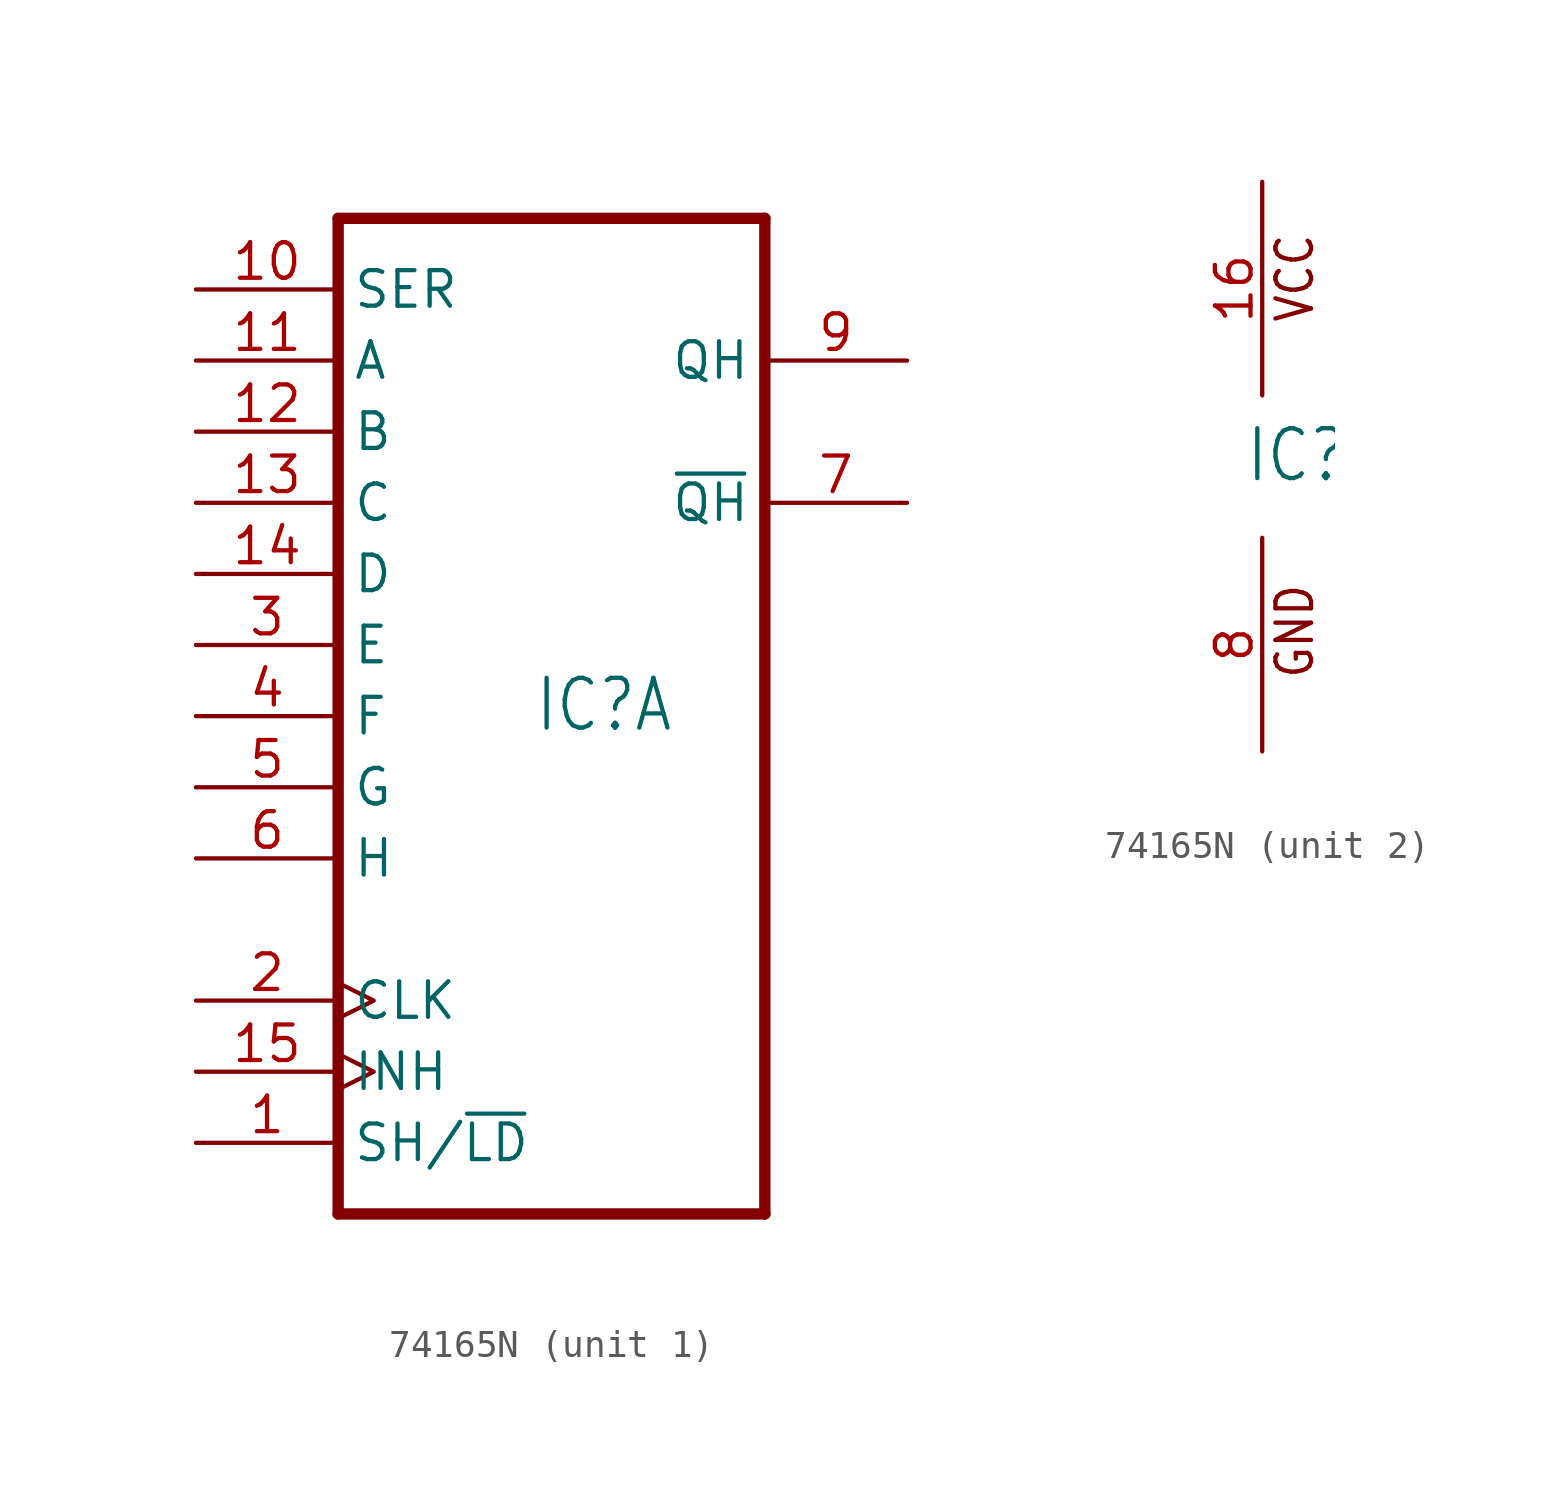
<source format=kicad_sym>
(kicad_symbol_lib
  (version 20211014)
  (generator kicad_symbol_editor)
  (symbol "74165N"
    (property "Reference" "IC"
      (at -0.635 -0.635 0)
      (effects (font (size 1.778 1.511)) (justify left bottom)))
    (property "ki_locked" ""
      (at 0 0 0)
      (effects (font (size 1.27 1.27))))
    (symbol "74165N_1_0"
      (polyline (pts (xy -7.62 -17.78) (xy 7.62 -17.78)) (stroke (width 0.406) (type default) (color 0 0 0 0)) (fill (type none)))
      (polyline (pts (xy -7.62 17.78) (xy -7.62 -17.78)) (stroke (width 0.406) (type default) (color 0 0 0 0)) (fill (type none)))
      (polyline (pts (xy 7.62 -17.78) (xy 7.62 17.78)) (stroke (width 0.406) (type default) (color 0 0 0 0)) (fill (type none)))
      (polyline (pts (xy 7.62 17.78) (xy -7.62 17.78)) (stroke (width 0.406) (type default) (color 0 0 0 0)) (fill (type none)))
      (pin input line (at -12.7 -15.24 0) (length 5.08) (name "SH/~{LD}" (effects (font (size 1.27 1.27)))) (number "1" (effects (font (size 1.27 1.27)))))
      (pin input line (at -12.7 15.24 0) (length 5.08) (name "SER" (effects (font (size 1.27 1.27)))) (number "10" (effects (font (size 1.27 1.27)))))
      (pin input line (at -12.7 12.7 0) (length 5.08) (name "A" (effects (font (size 1.27 1.27)))) (number "11" (effects (font (size 1.27 1.27)))))
      (pin input line (at -12.7 10.16 0) (length 5.08) (name "B" (effects (font (size 1.27 1.27)))) (number "12" (effects (font (size 1.27 1.27)))))
      (pin input line (at -12.7 7.62 0) (length 5.08) (name "C" (effects (font (size 1.27 1.27)))) (number "13" (effects (font (size 1.27 1.27)))))
      (pin input line (at -12.7 5.08 0) (length 5.08) (name "D" (effects (font (size 1.27 1.27)))) (number "14" (effects (font (size 1.27 1.27)))))
      (pin input clock (at -12.7 -12.7 0) (length 5.08) (name "INH" (effects (font (size 1.27 1.27)))) (number "15" (effects (font (size 1.27 1.27)))))
      (pin input clock (at -12.7 -10.16 0) (length 5.08) (name "CLK" (effects (font (size 1.27 1.27)))) (number "2" (effects (font (size 1.27 1.27)))))
      (pin input line (at -12.7 2.54 0) (length 5.08) (name "E" (effects (font (size 1.27 1.27)))) (number "3" (effects (font (size 1.27 1.27)))))
      (pin input line (at -12.7 0 0) (length 5.08) (name "F" (effects (font (size 1.27 1.27)))) (number "4" (effects (font (size 1.27 1.27)))))
      (pin input line (at -12.7 -2.54 0) (length 5.08) (name "G" (effects (font (size 1.27 1.27)))) (number "5" (effects (font (size 1.27 1.27)))))
      (pin input line (at -12.7 -5.08 0) (length 5.08) (name "H" (effects (font (size 1.27 1.27)))) (number "6" (effects (font (size 1.27 1.27)))))
      (pin output line (at 12.7 7.62 180) (length 5.08) (name "~{QH}" (effects (font (size 1.27 1.27)))) (number "7" (effects (font (size 1.27 1.27)))))
      (pin output line (at 12.7 12.7 180) (length 5.08) (name "QH" (effects (font (size 1.27 1.27)))) (number "9" (effects (font (size 1.27 1.27))))))
    (symbol "74165N_2_0"
      (text "GND" (at 1.905 -7.62 900) (effects (font (size 1.27 1.079)) (justify left bottom)))
      (text "VCC" (at 1.905 5.08 900) (effects (font (size 1.27 1.079)) (justify left bottom)))
      (pin power_in line (at 0 10.16 270) (length 7.62) (name "VCC" (effects (font (size 0 0)))) (number "16" (effects (font (size 1.27 1.27)))))
      (pin power_in line (at 0 -10.16 90) (length 7.62) (name "GND" (effects (font (size 0 0)))) (number "8" (effects (font (size 1.27 1.27))))))))
</source>
